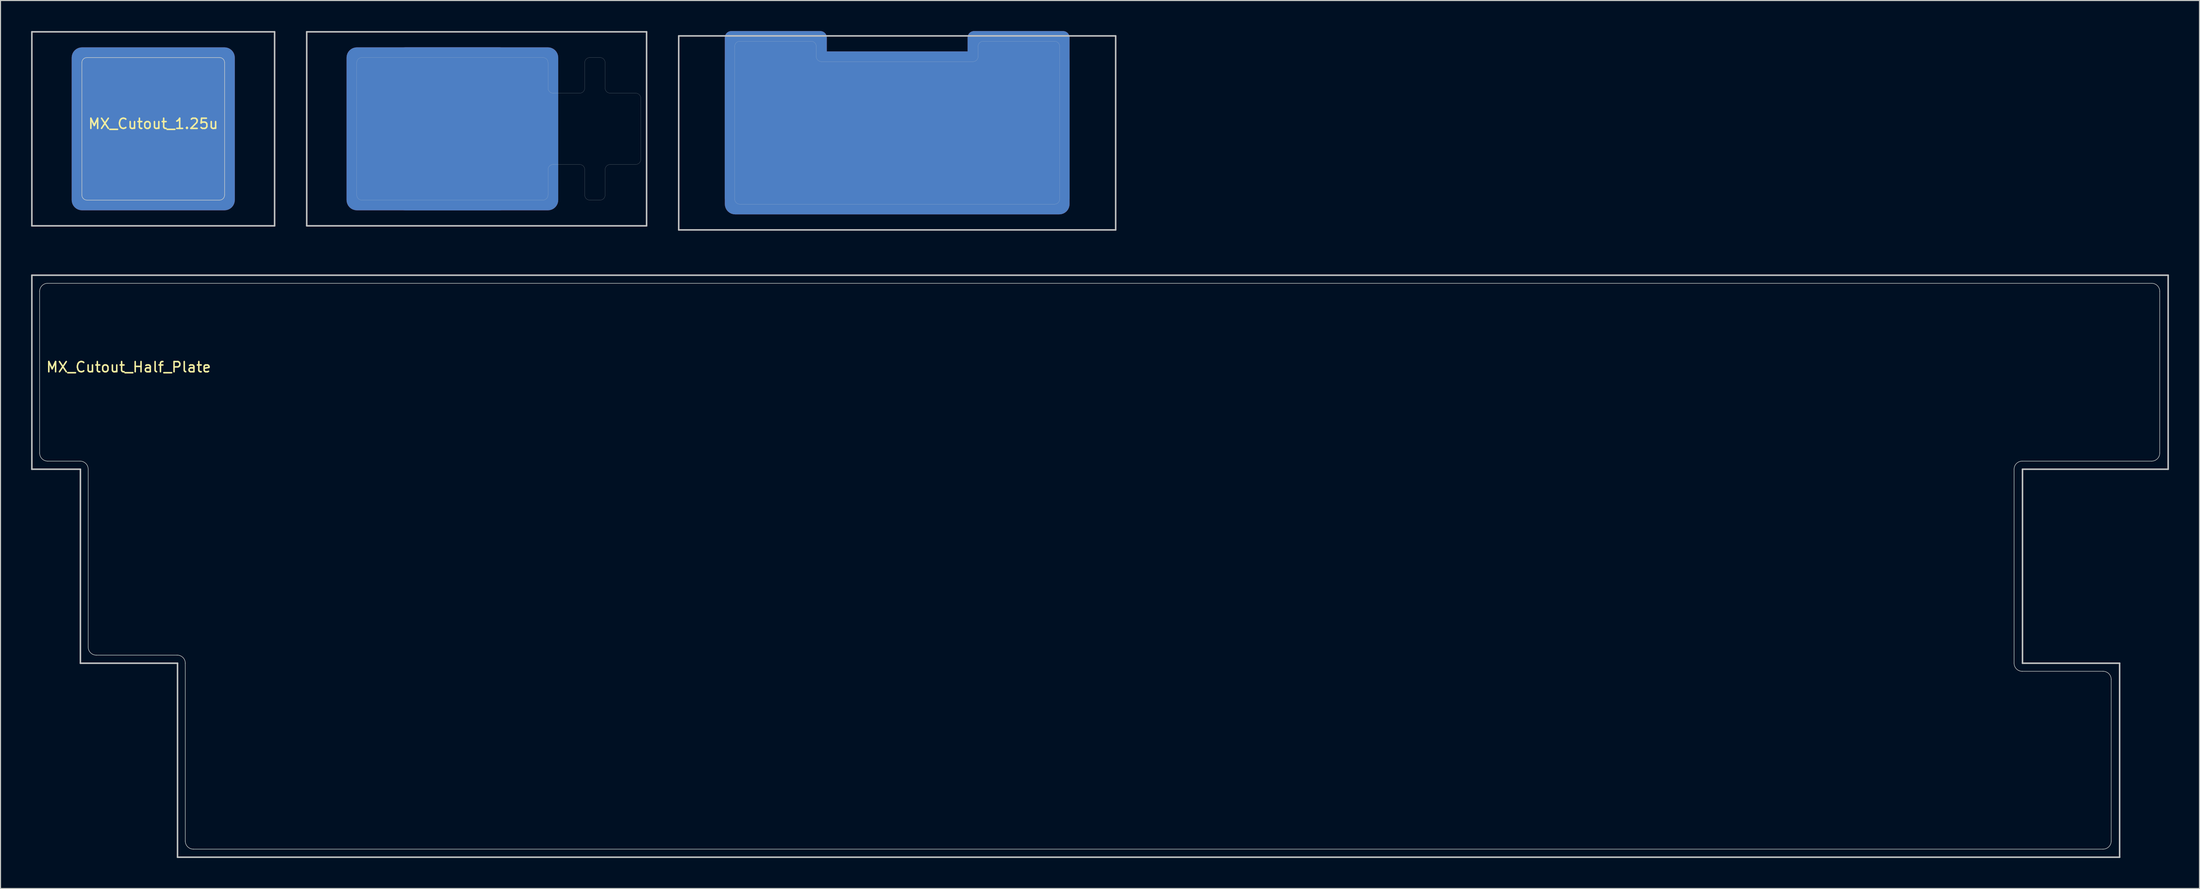
<source format=kicad_pcb>
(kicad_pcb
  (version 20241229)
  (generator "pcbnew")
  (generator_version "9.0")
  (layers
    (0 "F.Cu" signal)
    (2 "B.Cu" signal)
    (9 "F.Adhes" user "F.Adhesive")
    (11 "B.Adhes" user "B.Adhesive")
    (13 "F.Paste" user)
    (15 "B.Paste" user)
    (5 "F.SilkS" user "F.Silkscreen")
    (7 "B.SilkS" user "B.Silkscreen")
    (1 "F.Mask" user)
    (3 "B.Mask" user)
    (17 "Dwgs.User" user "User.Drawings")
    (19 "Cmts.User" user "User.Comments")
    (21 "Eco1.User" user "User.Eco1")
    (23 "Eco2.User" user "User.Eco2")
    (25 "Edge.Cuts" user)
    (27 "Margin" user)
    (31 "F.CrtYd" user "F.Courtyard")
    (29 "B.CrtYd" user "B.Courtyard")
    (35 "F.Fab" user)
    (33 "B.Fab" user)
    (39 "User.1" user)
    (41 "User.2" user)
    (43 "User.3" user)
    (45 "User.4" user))
  (footprint "MX_Cutout_1.75u_Caps_Lock"
    (layer "F.Cu")
    (at 43.706 9.6)
    (property "Reference" "MX_Cutout_1.75u_Caps_Lock" (at 0.25 10.05 0) (layer "Eco2.User") (effects (font (size 1 1) (thickness 0.15))))
    (fp_line (start -16.669 -9.525) (end 16.669 -9.525) (stroke (width 0.15) (type solid)) (layer "Dwgs.User"))
    (fp_line (start -16.669 9.525) (end -16.669 -9.525) (stroke (width 0.15) (type solid)) (layer "Dwgs.User"))
    (fp_line (start 16.669 -9.525) (end 16.669 9.525) (stroke (width 0.15) (type solid)) (layer "Dwgs.User"))
    (fp_line (start 16.669 9.525) (end -16.669 9.525) (stroke (width 0.15) (type solid)) (layer "Dwgs.User"))
    (fp_line (start -11.762 -6.5) (end -11.762 6.5) (stroke (width 0.01) (type solid)) (layer "Edge.Cuts"))
    (fp_line (start -11.262 7) (end 6.5 7) (stroke (width 0.01) (type solid)) (layer "Edge.Cuts"))
    (fp_line (start 6.5 -7) (end -11.262 -7) (stroke (width 0.01) (type solid)) (layer "Edge.Cuts"))
    (fp_line (start 7 -4) (end 7 -6.5) (stroke (width 0.01) (type solid)) (layer "Edge.Cuts"))
    (fp_line (start 7 6.5) (end 7 4) (stroke (width 0.01) (type solid)) (layer "Edge.Cuts"))
    (fp_line (start 7.5 3.5) (end 10.1 3.5) (stroke (width 0.01) (type solid)) (layer "Edge.Cuts"))
    (fp_line (start 10.1 -3.5) (end 7.5 -3.5) (stroke (width 0.01) (type solid)) (layer "Edge.Cuts"))
    (fp_line (start 10.6 -6.5) (end 10.6 -4) (stroke (width 0.01) (type solid)) (layer "Edge.Cuts"))
    (fp_line (start 10.6 4) (end 10.6 6.5) (stroke (width 0.01) (type solid)) (layer "Edge.Cuts"))
    (fp_line (start 11.1 7) (end 12.1 7) (stroke (width 0.01) (type solid)) (layer "Edge.Cuts"))
    (fp_line (start 12.1 -7) (end 11.1 -7) (stroke (width 0.01) (type solid)) (layer "Edge.Cuts"))
    (fp_line (start 12.6 -4) (end 12.6 -6.5) (stroke (width 0.01) (type solid)) (layer "Edge.Cuts"))
    (fp_line (start 12.6 6.5) (end 12.6 4) (stroke (width 0.01) (type solid)) (layer "Edge.Cuts"))
    (fp_line (start 13.1 3.5) (end 15.6 3.5) (stroke (width 0.01) (type solid)) (layer "Edge.Cuts"))
    (fp_line (start 15.6 -3.5) (end 13.1 -3.5) (stroke (width 0.01) (type solid)) (layer "Edge.Cuts"))
    (fp_line (start 16.1 3) (end 16.1 -3) (stroke (width 0.01) (type solid)) (layer "Edge.Cuts"))
    (fp_arc (start -11.7625 -6.5) (mid -11.616053 -6.853553) (end -11.2625 -7) (stroke (width 0.01) (type solid)) (layer "Edge.Cuts"))
    (fp_arc (start -11.2625 7) (mid -11.616053 6.853553) (end -11.7625 6.5) (stroke (width 0.01) (type solid)) (layer "Edge.Cuts"))
    (fp_arc (start 6.5 -7) (mid 6.853553 -6.853553) (end 7 -6.5) (stroke (width 0.01) (type solid)) (layer "Edge.Cuts"))
    (fp_arc (start 7 4) (mid 7.146447 3.646447) (end 7.5 3.5) (stroke (width 0.01) (type solid)) (layer "Edge.Cuts"))
    (fp_arc (start 7 6.5) (mid 6.853553 6.853553) (end 6.5 7) (stroke (width 0.01) (type solid)) (layer "Edge.Cuts"))
    (fp_arc (start 7.5 -3.5) (mid 7.146447 -3.646447) (end 7 -4) (stroke (width 0.01) (type solid)) (layer "Edge.Cuts"))
    (fp_arc (start 10.1 3.5) (mid 10.453553 3.646447) (end 10.6 4) (stroke (width 0.01) (type solid)) (layer "Edge.Cuts"))
    (fp_arc (start 10.6 -6.5) (mid 10.746447 -6.853553) (end 11.1 -7) (stroke (width 0.01) (type solid)) (layer "Edge.Cuts"))
    (fp_arc (start 10.6 -4) (mid 10.453553 -3.646447) (end 10.1 -3.5) (stroke (width 0.01) (type solid)) (layer "Edge.Cuts"))
    (fp_arc (start 11.1 7) (mid 10.746447 6.853553) (end 10.6 6.5) (stroke (width 0.01) (type solid)) (layer "Edge.Cuts"))
    (fp_arc (start 12.1 -7) (mid 12.453553 -6.853553) (end 12.6 -6.5) (stroke (width 0.01) (type solid)) (layer "Edge.Cuts"))
    (fp_arc (start 12.6 4) (mid 12.746447 3.646447) (end 13.1 3.5) (stroke (width 0.01) (type solid)) (layer "Edge.Cuts"))
    (fp_arc (start 12.6 6.5) (mid 12.453553 6.853553) (end 12.1 7) (stroke (width 0.01) (type solid)) (layer "Edge.Cuts"))
    (fp_arc (start 13.1 -3.5) (mid 12.746447 -3.646447) (end 12.6 -4) (stroke (width 0.01) (type solid)) (layer "Edge.Cuts"))
    (fp_arc (start 15.6 -3.5) (mid 15.953553 -3.353553) (end 16.1 -3) (stroke (width 0.01) (type solid)) (layer "Edge.Cuts"))
    (fp_arc (start 16.1 3) (mid 15.953553 3.353553) (end 15.6 3.5) (stroke (width 0.01) (type solid)) (layer "Edge.Cuts"))
    (pad "1" smd roundrect (at -4.763 0 180) (size 16 16) (layers "F.Cu" "F.Mask") (roundrect_rratio 0.063))
    (pad "1" smd roundrect (at -4.763 0 180) (size 16 16) (layers "B.Cu" "B.Mask") (roundrect_rratio 0.063))
    (pad "1" smd roundrect (at 0 0 180) (size 16 16) (layers "F.Cu" "F.Mask") (roundrect_rratio 0.063))
    (pad "1" smd roundrect (at 0 0 180) (size 16 16) (layers "B.Cu" "B.Mask") (roundrect_rratio 0.063)))
  (footprint "MX_Cutout_1.25u"
    (layer "F.Cu")
    (at 11.981 9.6)
    (property "Reference" "MX_Cutout_1.25u" (at 0 -0.5 0) (unlocked yes) (layer "F.SilkS") (effects (font (size 1 1) (thickness 0.15))))
    (fp_line (start -11.906 -9.525) (end 11.906 -9.525) (stroke (width 0.15) (type solid)) (layer "Dwgs.User"))
    (fp_line (start -11.906 9.525) (end -11.906 -9.525) (stroke (width 0.15) (type solid)) (layer "Dwgs.User"))
    (fp_line (start 11.906 -9.525) (end 11.906 9.525) (stroke (width 0.15) (type solid)) (layer "Dwgs.User"))
    (fp_line (start 11.906 9.525) (end -11.906 9.525) (stroke (width 0.15) (type solid)) (layer "Dwgs.User"))
    (fp_line (start -7 -6.5) (end -7 6.5) (stroke (width 0.05) (type solid)) (layer "Edge.Cuts"))
    (fp_line (start -6.5 7) (end 6.5 7) (stroke (width 0.05) (type solid)) (layer "Edge.Cuts"))
    (fp_line (start 6.5 -7) (end -6.5 -7) (stroke (width 0.05) (type solid)) (layer "Edge.Cuts"))
    (fp_line (start 7 6.5) (end 7 -6.5) (stroke (width 0.05) (type solid)) (layer "Edge.Cuts"))
    (fp_arc (start -7 -6.5) (mid -6.853553 -6.853553) (end -6.5 -7) (stroke (width 0.05) (type solid)) (layer "Edge.Cuts"))
    (fp_arc (start -6.5 7) (mid -6.853553 6.853553) (end -7 6.5) (stroke (width 0.05) (type solid)) (layer "Edge.Cuts"))
    (fp_arc (start 6.5 -7) (mid 6.853553 -6.853553) (end 7 -6.5) (stroke (width 0.05) (type solid)) (layer "Edge.Cuts"))
    (fp_arc (start 7 6.5) (mid 6.853553 6.853553) (end 6.5 7) (stroke (width 0.05) (type solid)) (layer "Edge.Cuts"))
    (pad "1" smd roundrect (at 0 0 180) (size 16 16) (layers "F.Cu" "F.Mask") (roundrect_rratio 0.063))
    (pad "1" smd roundrect (at 0 0 180) (size 16 16) (layers "B.Cu" "B.Mask") (roundrect_rratio 0.063)))
  (footprint "MX_Cutout_Half_Plate"
    (layer "F.Cu")
    (at 9.569 33.498)
    (property "Reference" "MX_Cutout_Half_Plate" (at 0 -0.5 0) (unlocked yes) (layer "F.SilkS") (effects (font (size 1 1) (thickness 0.15))))
    (fp_line (start -9.494 -9.525) (end -9.494 9.525) (stroke (width 0.15) (type solid)) (layer "Dwgs.User"))
    (fp_line (start -9.494 -9.525) (end 200.056 -9.525) (stroke (width 0.15) (type solid)) (layer "Dwgs.User"))
    (fp_line (start -9.494 9.525) (end -4.731 9.525) (stroke (width 0.15) (type solid)) (layer "Dwgs.User"))
    (fp_line (start -4.731 9.525) (end -4.731 28.575) (stroke (width 0.15) (type solid)) (layer "Dwgs.User"))
    (fp_line (start -4.731 28.575) (end 4.794 28.575) (stroke (width 0.15) (type solid)) (layer "Dwgs.User"))
    (fp_line (start 4.794 28.575) (end 4.794 47.625) (stroke (width 0.15) (type solid)) (layer "Dwgs.User"))
    (fp_line (start 4.794 47.625) (end 195.294 47.625) (stroke (width 0.15) (type solid)) (layer "Dwgs.User"))
    (fp_line (start 185.769 9.525) (end 185.769 28.575) (stroke (width 0.15) (type solid)) (layer "Dwgs.User"))
    (fp_line (start 195.294 28.575) (end 185.769 28.575) (stroke (width 0.15) (type solid)) (layer "Dwgs.User"))
    (fp_line (start 195.294 28.575) (end 195.294 47.625) (stroke (width 0.15) (type solid)) (layer "Dwgs.User"))
    (fp_line (start 200.056 -9.525) (end 200.056 9.525) (stroke (width 0.15) (type solid)) (layer "Dwgs.User"))
    (fp_line (start 200.056 9.525) (end 185.769 9.525) (stroke (width 0.15) (type solid)) (layer "Dwgs.User"))
    (fp_line (start -8.731 -7.938) (end -8.731 7.938) (stroke (width 0.05) (type solid)) (layer "Edge.Cuts"))
    (fp_line (start -7.938 8.731) (end -4.763 8.731) (stroke (width 0.05) (type solid)) (layer "Edge.Cuts"))
    (fp_line (start -3.969 9.525) (end -3.969 26.988) (stroke (width 0.05) (type solid)) (layer "Edge.Cuts"))
    (fp_line (start -3.175 27.781) (end 4.763 27.781) (stroke (width 0.05) (type solid)) (layer "Edge.Cuts"))
    (fp_line (start 5.556 28.575) (end 5.556 46.038) (stroke (width 0.05) (type solid)) (layer "Edge.Cuts"))
    (fp_line (start 6.35 46.831) (end 193.675 46.831) (stroke (width 0.05) (type solid)) (layer "Edge.Cuts"))
    (fp_line (start 184.944 28.575) (end 184.944 9.525) (stroke (width 0.05) (type solid)) (layer "Edge.Cuts"))
    (fp_line (start 185.738 8.731) (end 198.438 8.731) (stroke (width 0.05) (type solid)) (layer "Edge.Cuts"))
    (fp_line (start 193.675 29.369) (end 185.738 29.369) (stroke (width 0.05) (type solid)) (layer "Edge.Cuts"))
    (fp_line (start 194.469 46.038) (end 194.469 30.163) (stroke (width 0.05) (type solid)) (layer "Edge.Cuts"))
    (fp_line (start 198.438 -8.731) (end -7.938 -8.731) (stroke (width 0.05) (type solid)) (layer "Edge.Cuts"))
    (fp_line (start 199.231 7.938) (end 199.231 -7.938) (stroke (width 0.05) (type solid)) (layer "Edge.Cuts"))
    (fp_arc (start -8.73125 -7.9375) (mid -8.498766 -8.498766) (end -7.9375 -8.73125) (stroke (width 0.05) (type solid)) (layer "Edge.Cuts"))
    (fp_arc (start -7.9375 8.73125) (mid -8.498766 8.498766) (end -8.73125 7.9375) (stroke (width 0.05) (type solid)) (layer "Edge.Cuts"))
    (fp_arc (start -4.7625 8.73125) (mid -4.201234 8.963734) (end -3.96875 9.525) (stroke (width 0.05) (type solid)) (layer "Edge.Cuts"))
    (fp_arc (start -3.175 27.78125) (mid -3.736266 27.548766) (end -3.96875 26.9875) (stroke (width 0.05) (type solid)) (layer "Edge.Cuts"))
    (fp_arc (start 4.7625 27.78125) (mid 5.323766 28.013734) (end 5.55625 28.575) (stroke (width 0.05) (type solid)) (layer "Edge.Cuts"))
    (fp_arc (start 6.35 46.83125) (mid 5.788734 46.598766) (end 5.55625 46.0375) (stroke (width 0.05) (type solid)) (layer "Edge.Cuts"))
    (fp_arc (start 184.94375 9.525) (mid 185.176234 8.963734) (end 185.7375 8.73125) (stroke (width 0.05) (type solid)) (layer "Edge.Cuts"))
    (fp_arc (start 185.7375 29.36875) (mid 185.176234 29.136266) (end 184.94375 28.575) (stroke (width 0.05) (type solid)) (layer "Edge.Cuts"))
    (fp_arc (start 193.675 29.36875) (mid 194.236266 29.601234) (end 194.46875 30.1625) (stroke (width 0.05) (type solid)) (layer "Edge.Cuts"))
    (fp_arc (start 194.46875 46.0375) (mid 194.236266 46.598766) (end 193.675 46.83125) (stroke (width 0.05) (type solid)) (layer "Edge.Cuts"))
    (fp_arc (start 198.4375 -8.73125) (mid 198.998766 -8.498766) (end 199.23125 -7.9375) (stroke (width 0.05) (type solid)) (layer "Edge.Cuts"))
    (fp_arc (start 199.23125 7.9375) (mid 198.998766 8.498766) (end 198.4375 8.73125) (stroke (width 0.05) (type solid)) (layer "Edge.Cuts")))
  (footprint "MX_Cutout_2.25u"
    (layer "F.Cu")
    (at 84.956 10)
    (property "Reference" "MX_Cutout_2.25u" (at 0.25 10.05 0) (layer "Eco2.User") (effects (font (size 1 1) (thickness 0.15))))
    (fp_line (start -21.431 9.525) (end -21.431 -9.525) (stroke (width 0.15) (type solid)) (layer "Dwgs.User"))
    (fp_line (start 21.431 -9.525) (end -21.431 -9.525) (stroke (width 0.15) (type solid)) (layer "Dwgs.User"))
    (fp_line (start 21.431 9.525) (end -21.431 9.525) (stroke (width 0.15) (type solid)) (layer "Dwgs.User"))
    (fp_line (start 21.431 9.525) (end 21.431 -9.525) (stroke (width 0.15) (type solid)) (layer "Dwgs.User"))
    (fp_line (start -15.938 6.5) (end -15.938 -8.5) (stroke (width 0.01) (type solid)) (layer "Edge.Cuts"))
    (fp_line (start -15.438 -9) (end -8.438 -9) (stroke (width 0.01) (type solid)) (layer "Edge.Cuts"))
    (fp_line (start -7.938 -8.5) (end -7.938 -7.5) (stroke (width 0.01) (type solid)) (layer "Edge.Cuts"))
    (fp_line (start -7.438 -7) (end 7.438 -7) (stroke (width 0.01) (type solid)) (layer "Edge.Cuts"))
    (fp_line (start 7.938 -7.5) (end 7.938 -8.5) (stroke (width 0.01) (type solid)) (layer "Edge.Cuts"))
    (fp_line (start 8.438 -9) (end 15.438 -9) (stroke (width 0.01) (type solid)) (layer "Edge.Cuts"))
    (fp_line (start 15.438 7) (end -15.438 7) (stroke (width 0.01) (type solid)) (layer "Edge.Cuts"))
    (fp_line (start 15.938 -8.5) (end 15.938 6.5) (stroke (width 0.01) (type solid)) (layer "Edge.Cuts"))
    (fp_arc (start -15.938001 -8.500001) (mid -15.791554 -8.853554) (end -15.438 -9) (stroke (width 0.01) (type solid)) (layer "Edge.Cuts"))
    (fp_arc (start -15.438001 7.000001) (mid -15.791554 6.853554) (end -15.938 6.5) (stroke (width 0.01) (type solid)) (layer "Edge.Cuts"))
    (fp_arc (start -8.437999 -9.000001) (mid -8.084446 -8.853554) (end -7.938 -8.5) (stroke (width 0.01) (type solid)) (layer "Edge.Cuts"))
    (fp_arc (start -7.438 -7) (mid -7.791553 -7.146447) (end -7.938 -7.5) (stroke (width 0.01) (type solid)) (layer "Edge.Cuts"))
    (fp_arc (start 7.937999 -8.500001) (mid 8.084446 -8.853554) (end 8.438 -9) (stroke (width 0.01) (type solid)) (layer "Edge.Cuts"))
    (fp_arc (start 7.938 -7.5) (mid 7.791553 -7.146447) (end 7.438 -7) (stroke (width 0.01) (type solid)) (layer "Edge.Cuts"))
    (fp_arc (start 15.438001 -9.000001) (mid 15.791554 -8.853554) (end 15.938 -8.5) (stroke (width 0.01) (type solid)) (layer "Edge.Cuts"))
    (fp_arc (start 15.938001 6.500001) (mid 15.791554 6.853554) (end 15.438 7) (stroke (width 0.01) (type solid)) (layer "Edge.Cuts"))
    (pad "1" smd roundrect (at -11.906 -1.5) (size 10 17) (layers "F.Cu" "F.Mask") (roundrect_rratio 0.063))
    (pad "1" smd roundrect (at -11.906 -1.5) (size 10 17) (layers "B.Cu" "B.Mask") (roundrect_rratio 0.063))
    (pad "1" smd roundrect (at 0 0) (size 33.812 16) (layers "F.Cu" "F.Mask") (roundrect_rratio 0.063))
    (pad "1" smd roundrect (at 0 0) (size 33.812 16) (layers "B.Cu" "B.Mask") (roundrect_rratio 0.063))
    (pad "1" smd roundrect (at 11.906 -1.5) (size 10 17) (layers "F.Cu" "F.Mask") (roundrect_rratio 0.063))
    (pad "1" smd roundrect (at 11.906 -1.5) (size 10 17) (layers "B.Cu" "B.Mask") (roundrect_rratio 0.063)))
  (gr_rect
    (start -3 -3)
    (end 212.7 84.198)
    (stroke (width 0.1) (type default))
    (fill no)
    (layer "Edge.Cuts")))
</source>
